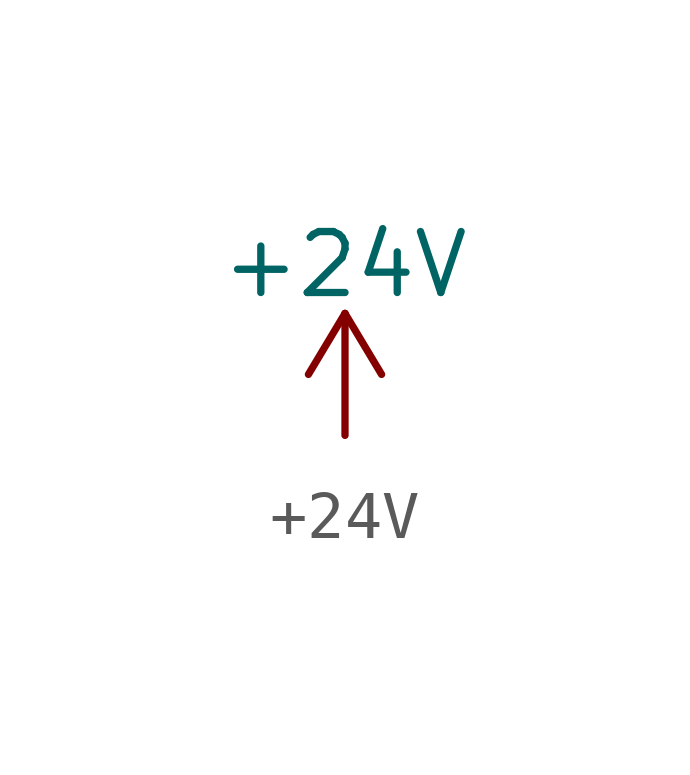
<source format=kicad_sym>
(kicad_symbol_lib
  (version 20201005)
  (generator kicad_symbol_editor)
  (symbol "+24V"
    (power)
    (pin_names
      (offset 0))
    (property "Reference" "#PWR"
      (at 0 -3.81 0)
      (effects (font (size 1.27 1.27)) hide))
    (property "Value" "+24V"
      (at 0 3.556 0)
      (effects (font (size 1.27 1.27))))
    (symbol "+24V_0_1"
      (polyline (pts (xy -0.762 1.27) (xy 0 2.54)) (stroke (width 0)) (fill (type none)))
      (polyline (pts (xy 0 0) (xy 0 2.54)) (stroke (width 0)) (fill (type none)))
      (polyline (pts (xy 0 2.54) (xy 0.762 1.27)) (stroke (width 0)) (fill (type none))))
    (symbol "+24V_1_1"
      (pin power_in line (at 0 0 90) (length 0) hide (name "+24V" (effects (font (size 1.27 1.27)))) (number "1" (effects (font (size 1.27 1.27))))))))
</source>
